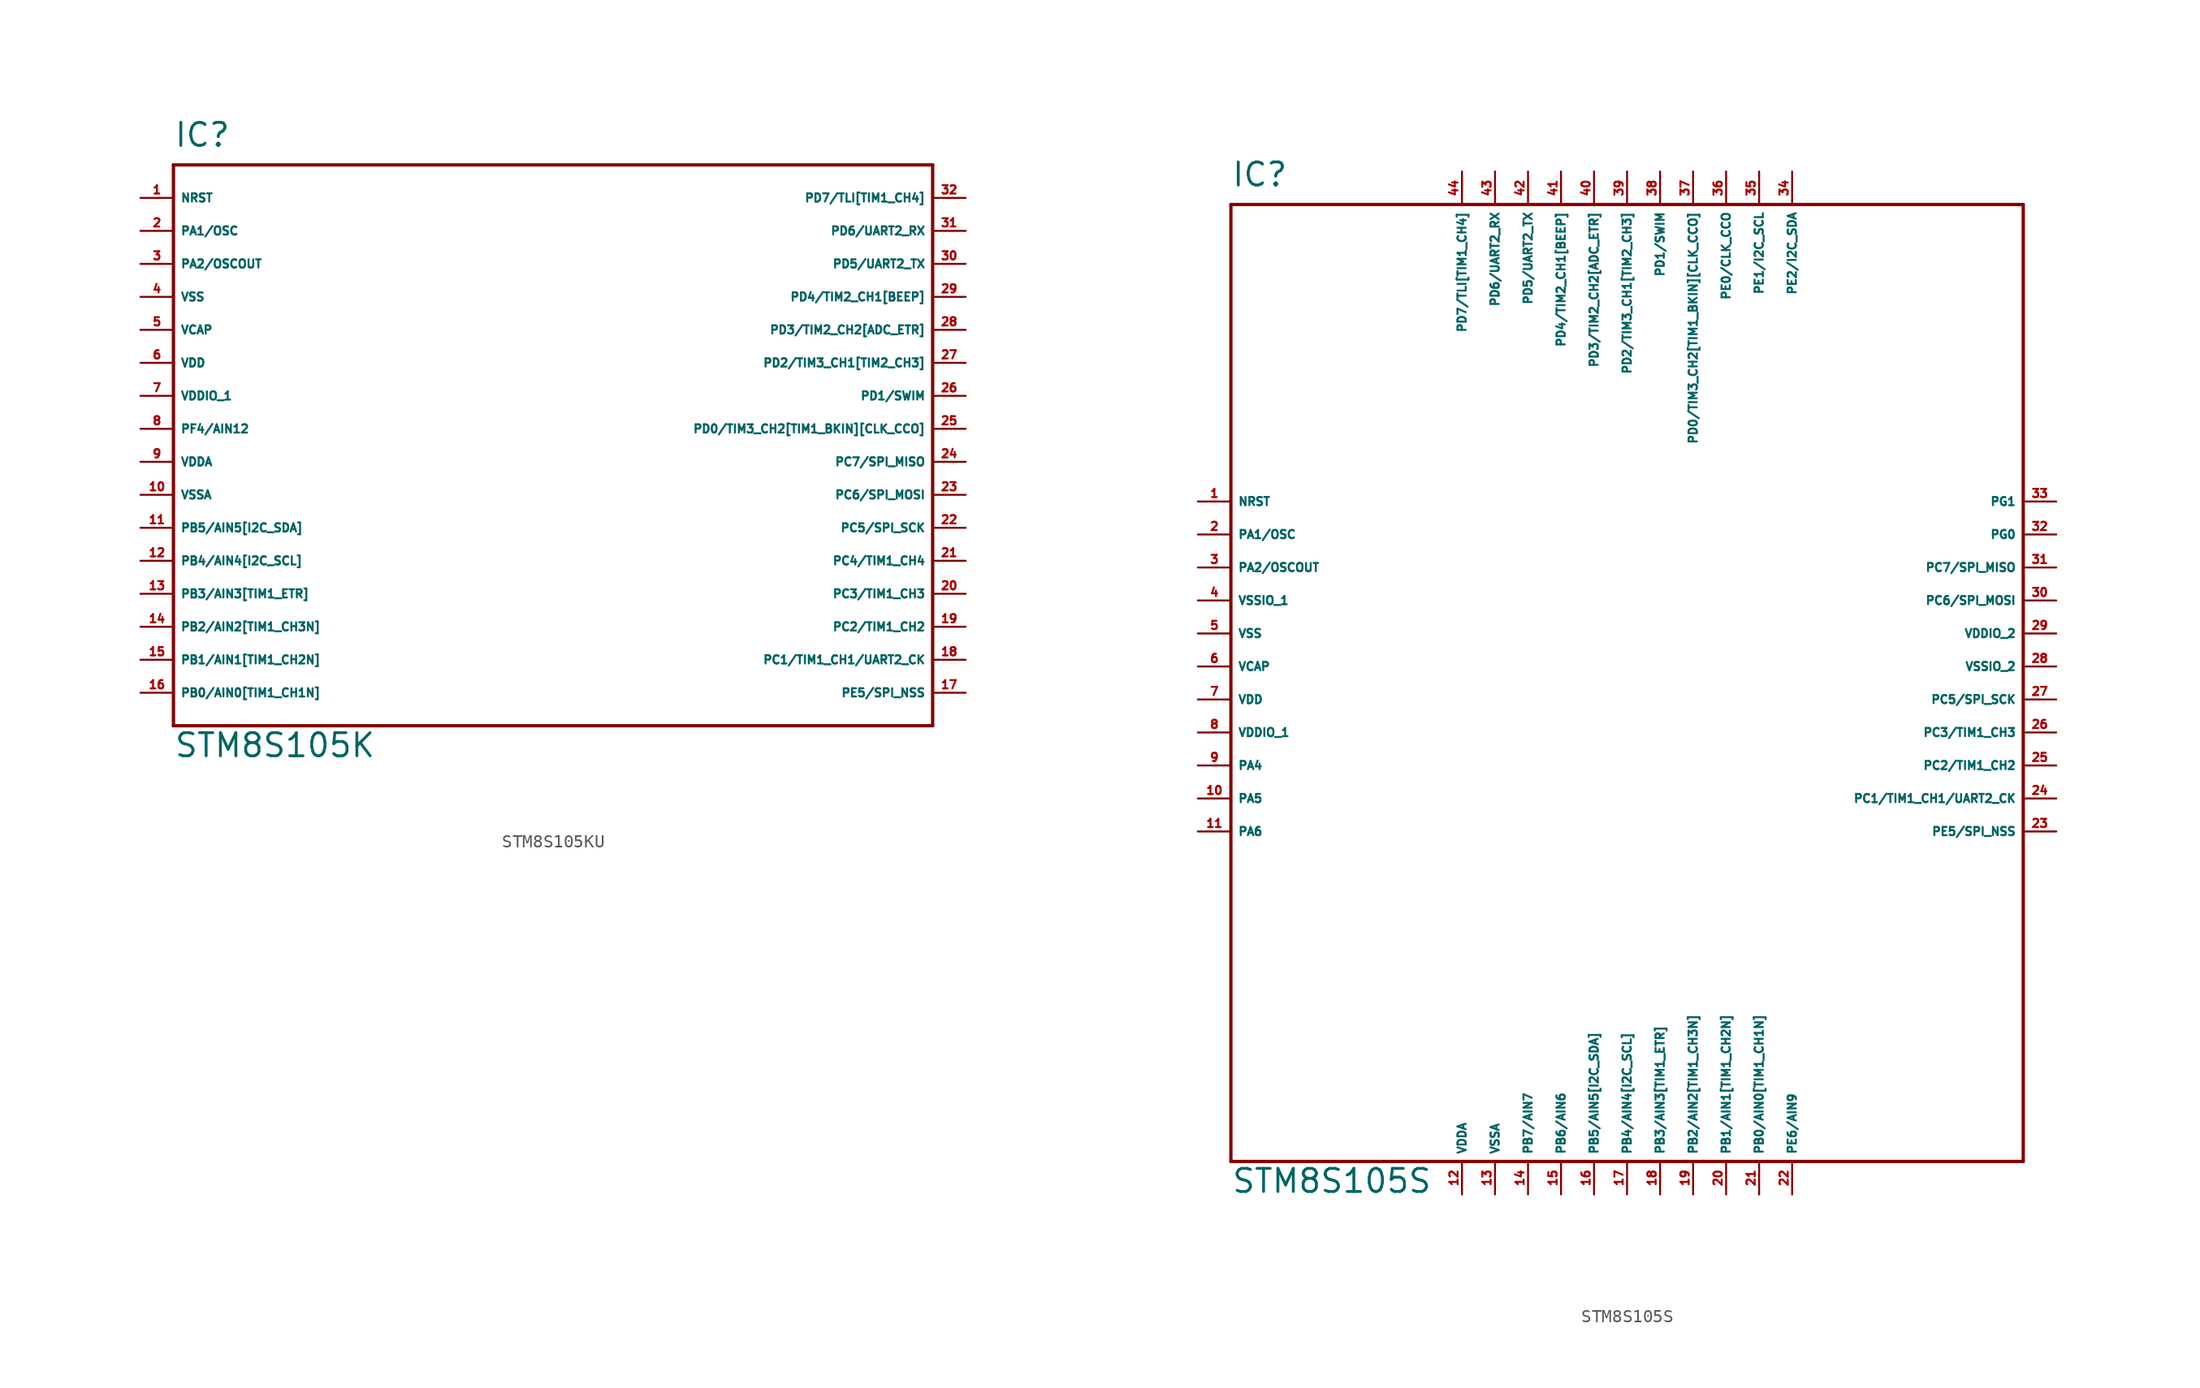
<source format=kicad_sym>
(kicad_symbol_lib
  (version 20220914)
  (generator Eagle2Kicad)
  (symbol "STM8S105KU"
    (property "Reference" "IC"
      (at -30.48 21.59 0)
      (effects (font (size 1.778 1.778) (thickness 0.22)) (justify left bottom)))
    (property "Value" "STM8S105K"
      (at -30.48 -25.4 0)
      (effects (font (size 1.778 1.778) (thickness 0.22)) (justify left bottom)))
    (polyline
      (pts (xy -30.48 -22.86) (xy 27.94 -22.86))
      (stroke (width 0.254) (type default))
      (fill (type none)))
    (polyline
      (pts (xy 27.94 -22.86) (xy 27.94 20.32))
      (stroke (width 0.254) (type default))
      (fill (type none)))
    (polyline
      (pts (xy 27.94 20.32) (xy -30.48 20.32))
      (stroke (width 0.254) (type default))
      (fill (type none)))
    (polyline
      (pts (xy -30.48 20.32) (xy -30.48 -22.86))
      (stroke (width 0.254) (type default))
      (fill (type none)))
    (pin bidirectional line
      (at -33.02 17.78 0)
      (length 2.54)
      (name "NRST" (effects (font (size 0.635 0.635) (thickness 0.08)) (justify left bottom)))
      (number "1" (effects (font (size 0.635 0.635) (thickness 0.08)) (justify left bottom))))
    (pin bidirectional line
      (at -33.02 15.24 0)
      (length 2.54)
      (name "PA1/OSC" (effects (font (size 0.635 0.635) (thickness 0.08)) (justify left bottom)))
      (number "2" (effects (font (size 0.635 0.635) (thickness 0.08)) (justify left bottom))))
    (pin bidirectional line
      (at -33.02 12.7 0)
      (length 2.54)
      (name "PA2/OSCOUT" (effects (font (size 0.635 0.635) (thickness 0.08)) (justify left bottom)))
      (number "3" (effects (font (size 0.635 0.635) (thickness 0.08)) (justify left bottom))))
    (pin unspecified line
      (at -33.02 10.16 0)
      (length 2.54)
      (name "VSS" (effects (font (size 0.635 0.635) (thickness 0.08)) (justify left bottom)))
      (number "4" (effects (font (size 0.635 0.635) (thickness 0.08)) (justify left bottom))))
    (pin unspecified line
      (at -33.02 7.62 0)
      (length 2.54)
      (name "VCAP" (effects (font (size 0.635 0.635) (thickness 0.08)) (justify left bottom)))
      (number "5" (effects (font (size 0.635 0.635) (thickness 0.08)) (justify left bottom))))
    (pin unspecified line
      (at -33.02 5.08 0)
      (length 2.54)
      (name "VDD" (effects (font (size 0.635 0.635) (thickness 0.08)) (justify left bottom)))
      (number "6" (effects (font (size 0.635 0.635) (thickness 0.08)) (justify left bottom))))
    (pin unspecified line
      (at -33.02 2.54 0)
      (length 2.54)
      (name "VDDIO_1" (effects (font (size 0.635 0.635) (thickness 0.08)) (justify left bottom)))
      (number "7" (effects (font (size 0.635 0.635) (thickness 0.08)) (justify left bottom))))
    (pin bidirectional line
      (at -33.02 0 0)
      (length 2.54)
      (name "PF4/AIN12" (effects (font (size 0.635 0.635) (thickness 0.08)) (justify left bottom)))
      (number "8" (effects (font (size 0.635 0.635) (thickness 0.08)) (justify left bottom))))
    (pin unspecified line
      (at -33.02 -2.54 0)
      (length 2.54)
      (name "VDDA" (effects (font (size 0.635 0.635) (thickness 0.08)) (justify left bottom)))
      (number "9" (effects (font (size 0.635 0.635) (thickness 0.08)) (justify left bottom))))
    (pin unspecified line
      (at -33.02 -5.08 0)
      (length 2.54)
      (name "VSSA" (effects (font (size 0.635 0.635) (thickness 0.08)) (justify left bottom)))
      (number "10" (effects (font (size 0.635 0.635) (thickness 0.08)) (justify left bottom))))
    (pin bidirectional line
      (at -33.02 -7.62 0)
      (length 2.54)
      (name "PB5/AIN5[I2C_SDA]" (effects (font (size 0.635 0.635) (thickness 0.08)) (justify left bottom)))
      (number "11" (effects (font (size 0.635 0.635) (thickness 0.08)) (justify left bottom))))
    (pin bidirectional line
      (at -33.02 -10.16 0)
      (length 2.54)
      (name "PB4/AIN4[I2C_SCL]" (effects (font (size 0.635 0.635) (thickness 0.08)) (justify left bottom)))
      (number "12" (effects (font (size 0.635 0.635) (thickness 0.08)) (justify left bottom))))
    (pin bidirectional line
      (at -33.02 -12.7 0)
      (length 2.54)
      (name "PB3/AIN3[TIM1_ETR]" (effects (font (size 0.635 0.635) (thickness 0.08)) (justify left bottom)))
      (number "13" (effects (font (size 0.635 0.635) (thickness 0.08)) (justify left bottom))))
    (pin bidirectional line
      (at -33.02 -15.24 0)
      (length 2.54)
      (name "PB2/AIN2[TIM1_CH3N]" (effects (font (size 0.635 0.635) (thickness 0.08)) (justify left bottom)))
      (number "14" (effects (font (size 0.635 0.635) (thickness 0.08)) (justify left bottom))))
    (pin bidirectional line
      (at -33.02 -17.78 0)
      (length 2.54)
      (name "PB1/AIN1[TIM1_CH2N]" (effects (font (size 0.635 0.635) (thickness 0.08)) (justify left bottom)))
      (number "15" (effects (font (size 0.635 0.635) (thickness 0.08)) (justify left bottom))))
    (pin bidirectional line
      (at -33.02 -20.32 0)
      (length 2.54)
      (name "PB0/AIN0[TIM1_CH1N]" (effects (font (size 0.635 0.635) (thickness 0.08)) (justify left bottom)))
      (number "16" (effects (font (size 0.635 0.635) (thickness 0.08)) (justify left bottom))))
    (pin bidirectional line
      (at 30.48 -20.32 180)
      (length 2.54)
      (name "PE5/SPI_NSS" (effects (font (size 0.635 0.635) (thickness 0.08)) (justify left bottom)))
      (number "17" (effects (font (size 0.635 0.635) (thickness 0.08)) (justify left bottom))))
    (pin bidirectional line
      (at 30.48 -17.78 180)
      (length 2.54)
      (name "PC1/TIM1_CH1/UART2_CK" (effects (font (size 0.635 0.635) (thickness 0.08)) (justify left bottom)))
      (number "18" (effects (font (size 0.635 0.635) (thickness 0.08)) (justify left bottom))))
    (pin bidirectional line
      (at 30.48 -15.24 180)
      (length 2.54)
      (name "PC2/TIM1_CH2" (effects (font (size 0.635 0.635) (thickness 0.08)) (justify left bottom)))
      (number "19" (effects (font (size 0.635 0.635) (thickness 0.08)) (justify left bottom))))
    (pin bidirectional line
      (at 30.48 -12.7 180)
      (length 2.54)
      (name "PC3/TIM1_CH3" (effects (font (size 0.635 0.635) (thickness 0.08)) (justify left bottom)))
      (number "20" (effects (font (size 0.635 0.635) (thickness 0.08)) (justify left bottom))))
    (pin bidirectional line
      (at 30.48 -10.16 180)
      (length 2.54)
      (name "PC4/TIM1_CH4" (effects (font (size 0.635 0.635) (thickness 0.08)) (justify left bottom)))
      (number "21" (effects (font (size 0.635 0.635) (thickness 0.08)) (justify left bottom))))
    (pin bidirectional line
      (at 30.48 -7.62 180)
      (length 2.54)
      (name "PC5/SPI_SCK" (effects (font (size 0.635 0.635) (thickness 0.08)) (justify left bottom)))
      (number "22" (effects (font (size 0.635 0.635) (thickness 0.08)) (justify left bottom))))
    (pin bidirectional line
      (at 30.48 -5.08 180)
      (length 2.54)
      (name "PC6/SPI_MOSI" (effects (font (size 0.635 0.635) (thickness 0.08)) (justify left bottom)))
      (number "23" (effects (font (size 0.635 0.635) (thickness 0.08)) (justify left bottom))))
    (pin bidirectional line
      (at 30.48 -2.54 180)
      (length 2.54)
      (name "PC7/SPI_MISO" (effects (font (size 0.635 0.635) (thickness 0.08)) (justify left bottom)))
      (number "24" (effects (font (size 0.635 0.635) (thickness 0.08)) (justify left bottom))))
    (pin bidirectional line
      (at 30.48 0 180)
      (length 2.54)
      (name "PD0/TIM3_CH2[TIM1_BKIN][CLK_CCO]" (effects (font (size 0.635 0.635) (thickness 0.08)) (justify left bottom)))
      (number "25" (effects (font (size 0.635 0.635) (thickness 0.08)) (justify left bottom))))
    (pin bidirectional line
      (at 30.48 2.54 180)
      (length 2.54)
      (name "PD1/SWIM" (effects (font (size 0.635 0.635) (thickness 0.08)) (justify left bottom)))
      (number "26" (effects (font (size 0.635 0.635) (thickness 0.08)) (justify left bottom))))
    (pin bidirectional line
      (at 30.48 5.08 180)
      (length 2.54)
      (name "PD2/TIM3_CH1[TIM2_CH3]" (effects (font (size 0.635 0.635) (thickness 0.08)) (justify left bottom)))
      (number "27" (effects (font (size 0.635 0.635) (thickness 0.08)) (justify left bottom))))
    (pin bidirectional line
      (at 30.48 7.62 180)
      (length 2.54)
      (name "PD3/TIM2_CH2[ADC_ETR]" (effects (font (size 0.635 0.635) (thickness 0.08)) (justify left bottom)))
      (number "28" (effects (font (size 0.635 0.635) (thickness 0.08)) (justify left bottom))))
    (pin bidirectional line
      (at 30.48 10.16 180)
      (length 2.54)
      (name "PD4/TIM2_CH1[BEEP]" (effects (font (size 0.635 0.635) (thickness 0.08)) (justify left bottom)))
      (number "29" (effects (font (size 0.635 0.635) (thickness 0.08)) (justify left bottom))))
    (pin bidirectional line
      (at 30.48 12.7 180)
      (length 2.54)
      (name "PD5/UART2_TX" (effects (font (size 0.635 0.635) (thickness 0.08)) (justify left bottom)))
      (number "30" (effects (font (size 0.635 0.635) (thickness 0.08)) (justify left bottom))))
    (pin bidirectional line
      (at 30.48 15.24 180)
      (length 2.54)
      (name "PD6/UART2_RX" (effects (font (size 0.635 0.635) (thickness 0.08)) (justify left bottom)))
      (number "31" (effects (font (size 0.635 0.635) (thickness 0.08)) (justify left bottom))))
    (pin bidirectional line
      (at 30.48 17.78 180)
      (length 2.54)
      (name "PD7/TLI[TIM1_CH4]" (effects (font (size 0.635 0.635) (thickness 0.08)) (justify left bottom)))
      (number "32" (effects (font (size 0.635 0.635) (thickness 0.08)) (justify left bottom)))))
  (symbol "STM8S105S"
    (property "Reference" "IC"
      (at -30.48 36.83 0)
      (effects (font (size 1.778 1.778) (thickness 0.22)) (justify left bottom)))
    (property "Value" "STM8S105S"
      (at -30.48 -40.64 0)
      (effects (font (size 1.778 1.778) (thickness 0.22)) (justify left bottom)))
    (polyline
      (pts (xy -30.48 -38.1) (xy 30.48 -38.1))
      (stroke (width 0.254) (type default))
      (fill (type none)))
    (polyline
      (pts (xy 30.48 -38.1) (xy 30.48 35.56))
      (stroke (width 0.254) (type default))
      (fill (type none)))
    (polyline
      (pts (xy 30.48 35.56) (xy -30.48 35.56))
      (stroke (width 0.254) (type default))
      (fill (type none)))
    (polyline
      (pts (xy -30.48 35.56) (xy -30.48 -38.1))
      (stroke (width 0.254) (type default))
      (fill (type none)))
    (pin bidirectional line
      (at -33.02 12.7 0)
      (length 2.54)
      (name "NRST" (effects (font (size 0.635 0.635) (thickness 0.08)) (justify left bottom)))
      (number "1" (effects (font (size 0.635 0.635) (thickness 0.08)) (justify left bottom))))
    (pin bidirectional line
      (at -33.02 10.16 0)
      (length 2.54)
      (name "PA1/OSC" (effects (font (size 0.635 0.635) (thickness 0.08)) (justify left bottom)))
      (number "2" (effects (font (size 0.635 0.635) (thickness 0.08)) (justify left bottom))))
    (pin bidirectional line
      (at -33.02 7.62 0)
      (length 2.54)
      (name "PA2/OSCOUT" (effects (font (size 0.635 0.635) (thickness 0.08)) (justify left bottom)))
      (number "3" (effects (font (size 0.635 0.635) (thickness 0.08)) (justify left bottom))))
    (pin unspecified line
      (at -33.02 5.08 0)
      (length 2.54)
      (name "VSSIO_1" (effects (font (size 0.635 0.635) (thickness 0.08)) (justify left bottom)))
      (number "4" (effects (font (size 0.635 0.635) (thickness 0.08)) (justify left bottom))))
    (pin unspecified line
      (at -33.02 2.54 0)
      (length 2.54)
      (name "VSS" (effects (font (size 0.635 0.635) (thickness 0.08)) (justify left bottom)))
      (number "5" (effects (font (size 0.635 0.635) (thickness 0.08)) (justify left bottom))))
    (pin unspecified line
      (at -33.02 0 0)
      (length 2.54)
      (name "VCAP" (effects (font (size 0.635 0.635) (thickness 0.08)) (justify left bottom)))
      (number "6" (effects (font (size 0.635 0.635) (thickness 0.08)) (justify left bottom))))
    (pin unspecified line
      (at -33.02 -2.54 0)
      (length 2.54)
      (name "VDD" (effects (font (size 0.635 0.635) (thickness 0.08)) (justify left bottom)))
      (number "7" (effects (font (size 0.635 0.635) (thickness 0.08)) (justify left bottom))))
    (pin unspecified line
      (at -33.02 -5.08 0)
      (length 2.54)
      (name "VDDIO_1" (effects (font (size 0.635 0.635) (thickness 0.08)) (justify left bottom)))
      (number "8" (effects (font (size 0.635 0.635) (thickness 0.08)) (justify left bottom))))
    (pin bidirectional line
      (at -33.02 -7.62 0)
      (length 2.54)
      (name "PA4" (effects (font (size 0.635 0.635) (thickness 0.08)) (justify left bottom)))
      (number "9" (effects (font (size 0.635 0.635) (thickness 0.08)) (justify left bottom))))
    (pin bidirectional line
      (at -33.02 -10.16 0)
      (length 2.54)
      (name "PA5" (effects (font (size 0.635 0.635) (thickness 0.08)) (justify left bottom)))
      (number "10" (effects (font (size 0.635 0.635) (thickness 0.08)) (justify left bottom))))
    (pin bidirectional line
      (at -33.02 -12.7 0)
      (length 2.54)
      (name "PA6" (effects (font (size 0.635 0.635) (thickness 0.08)) (justify left bottom)))
      (number "11" (effects (font (size 0.635 0.635) (thickness 0.08)) (justify left bottom))))
    (pin unspecified line
      (at -12.7 -40.64 90)
      (length 2.54)
      (name "VDDA" (effects (font (size 0.635 0.635) (thickness 0.08)) (justify left bottom)))
      (number "12" (effects (font (size 0.635 0.635) (thickness 0.08)) (justify left bottom))))
    (pin unspecified line
      (at -10.16 -40.64 90)
      (length 2.54)
      (name "VSSA" (effects (font (size 0.635 0.635) (thickness 0.08)) (justify left bottom)))
      (number "13" (effects (font (size 0.635 0.635) (thickness 0.08)) (justify left bottom))))
    (pin bidirectional line
      (at -7.62 -40.64 90)
      (length 2.54)
      (name "PB7/AIN7" (effects (font (size 0.635 0.635) (thickness 0.08)) (justify left bottom)))
      (number "14" (effects (font (size 0.635 0.635) (thickness 0.08)) (justify left bottom))))
    (pin bidirectional line
      (at -5.08 -40.64 90)
      (length 2.54)
      (name "PB6/AIN6" (effects (font (size 0.635 0.635) (thickness 0.08)) (justify left bottom)))
      (number "15" (effects (font (size 0.635 0.635) (thickness 0.08)) (justify left bottom))))
    (pin bidirectional line
      (at -2.54 -40.64 90)
      (length 2.54)
      (name "PB5/AIN5[I2C_SDA]" (effects (font (size 0.635 0.635) (thickness 0.08)) (justify left bottom)))
      (number "16" (effects (font (size 0.635 0.635) (thickness 0.08)) (justify left bottom))))
    (pin bidirectional line
      (at 0 -40.64 90)
      (length 2.54)
      (name "PB4/AIN4[I2C_SCL]" (effects (font (size 0.635 0.635) (thickness 0.08)) (justify left bottom)))
      (number "17" (effects (font (size 0.635 0.635) (thickness 0.08)) (justify left bottom))))
    (pin bidirectional line
      (at 2.54 -40.64 90)
      (length 2.54)
      (name "PB3/AIN3[TIM1_ETR]" (effects (font (size 0.635 0.635) (thickness 0.08)) (justify left bottom)))
      (number "18" (effects (font (size 0.635 0.635) (thickness 0.08)) (justify left bottom))))
    (pin bidirectional line
      (at 5.08 -40.64 90)
      (length 2.54)
      (name "PB2/AIN2[TIM1_CH3N]" (effects (font (size 0.635 0.635) (thickness 0.08)) (justify left bottom)))
      (number "19" (effects (font (size 0.635 0.635) (thickness 0.08)) (justify left bottom))))
    (pin bidirectional line
      (at 7.62 -40.64 90)
      (length 2.54)
      (name "PB1/AIN1[TIM1_CH2N]" (effects (font (size 0.635 0.635) (thickness 0.08)) (justify left bottom)))
      (number "20" (effects (font (size 0.635 0.635) (thickness 0.08)) (justify left bottom))))
    (pin bidirectional line
      (at 10.16 -40.64 90)
      (length 2.54)
      (name "PB0/AIN0[TIM1_CH1N]" (effects (font (size 0.635 0.635) (thickness 0.08)) (justify left bottom)))
      (number "21" (effects (font (size 0.635 0.635) (thickness 0.08)) (justify left bottom))))
    (pin bidirectional line
      (at 12.7 -40.64 90)
      (length 2.54)
      (name "PE6/AIN9" (effects (font (size 0.635 0.635) (thickness 0.08)) (justify left bottom)))
      (number "22" (effects (font (size 0.635 0.635) (thickness 0.08)) (justify left bottom))))
    (pin bidirectional line
      (at 33.02 -12.7 180)
      (length 2.54)
      (name "PE5/SPI_NSS" (effects (font (size 0.635 0.635) (thickness 0.08)) (justify left bottom)))
      (number "23" (effects (font (size 0.635 0.635) (thickness 0.08)) (justify left bottom))))
    (pin bidirectional line
      (at 33.02 -10.16 180)
      (length 2.54)
      (name "PC1/TIM1_CH1/UART2_CK" (effects (font (size 0.635 0.635) (thickness 0.08)) (justify left bottom)))
      (number "24" (effects (font (size 0.635 0.635) (thickness 0.08)) (justify left bottom))))
    (pin bidirectional line
      (at 33.02 -7.62 180)
      (length 2.54)
      (name "PC2/TIM1_CH2" (effects (font (size 0.635 0.635) (thickness 0.08)) (justify left bottom)))
      (number "25" (effects (font (size 0.635 0.635) (thickness 0.08)) (justify left bottom))))
    (pin bidirectional line
      (at 33.02 -5.08 180)
      (length 2.54)
      (name "PC3/TIM1_CH3" (effects (font (size 0.635 0.635) (thickness 0.08)) (justify left bottom)))
      (number "26" (effects (font (size 0.635 0.635) (thickness 0.08)) (justify left bottom))))
    (pin bidirectional line
      (at 33.02 -2.54 180)
      (length 2.54)
      (name "PC5/SPI_SCK" (effects (font (size 0.635 0.635) (thickness 0.08)) (justify left bottom)))
      (number "27" (effects (font (size 0.635 0.635) (thickness 0.08)) (justify left bottom))))
    (pin unspecified line
      (at 33.02 0 180)
      (length 2.54)
      (name "VSSIO_2" (effects (font (size 0.635 0.635) (thickness 0.08)) (justify left bottom)))
      (number "28" (effects (font (size 0.635 0.635) (thickness 0.08)) (justify left bottom))))
    (pin unspecified line
      (at 33.02 2.54 180)
      (length 2.54)
      (name "VDDIO_2" (effects (font (size 0.635 0.635) (thickness 0.08)) (justify left bottom)))
      (number "29" (effects (font (size 0.635 0.635) (thickness 0.08)) (justify left bottom))))
    (pin bidirectional line
      (at 33.02 5.08 180)
      (length 2.54)
      (name "PC6/SPI_MOSI" (effects (font (size 0.635 0.635) (thickness 0.08)) (justify left bottom)))
      (number "30" (effects (font (size 0.635 0.635) (thickness 0.08)) (justify left bottom))))
    (pin bidirectional line
      (at 33.02 7.62 180)
      (length 2.54)
      (name "PC7/SPI_MISO" (effects (font (size 0.635 0.635) (thickness 0.08)) (justify left bottom)))
      (number "31" (effects (font (size 0.635 0.635) (thickness 0.08)) (justify left bottom))))
    (pin bidirectional line
      (at 33.02 10.16 180)
      (length 2.54)
      (name "PG0" (effects (font (size 0.635 0.635) (thickness 0.08)) (justify left bottom)))
      (number "32" (effects (font (size 0.635 0.635) (thickness 0.08)) (justify left bottom))))
    (pin bidirectional line
      (at 33.02 12.7 180)
      (length 2.54)
      (name "PG1" (effects (font (size 0.635 0.635) (thickness 0.08)) (justify left bottom)))
      (number "33" (effects (font (size 0.635 0.635) (thickness 0.08)) (justify left bottom))))
    (pin bidirectional line
      (at 12.7 38.1 270)
      (length 2.54)
      (name "PE2/I2C_SDA" (effects (font (size 0.635 0.635) (thickness 0.08)) (justify left bottom)))
      (number "34" (effects (font (size 0.635 0.635) (thickness 0.08)) (justify left bottom))))
    (pin bidirectional line
      (at 10.16 38.1 270)
      (length 2.54)
      (name "PE1/I2C_SCL" (effects (font (size 0.635 0.635) (thickness 0.08)) (justify left bottom)))
      (number "35" (effects (font (size 0.635 0.635) (thickness 0.08)) (justify left bottom))))
    (pin bidirectional line
      (at 7.62 38.1 270)
      (length 2.54)
      (name "PE0/CLK_CCO" (effects (font (size 0.635 0.635) (thickness 0.08)) (justify left bottom)))
      (number "36" (effects (font (size 0.635 0.635) (thickness 0.08)) (justify left bottom))))
    (pin bidirectional line
      (at 5.08 38.1 270)
      (length 2.54)
      (name "PD0/TIM3_CH2[TIM1_BKIN][CLK_CCO]" (effects (font (size 0.635 0.635) (thickness 0.08)) (justify left bottom)))
      (number "37" (effects (font (size 0.635 0.635) (thickness 0.08)) (justify left bottom))))
    (pin bidirectional line
      (at 2.54 38.1 270)
      (length 2.54)
      (name "PD1/SWIM" (effects (font (size 0.635 0.635) (thickness 0.08)) (justify left bottom)))
      (number "38" (effects (font (size 0.635 0.635) (thickness 0.08)) (justify left bottom))))
    (pin bidirectional line
      (at 0 38.1 270)
      (length 2.54)
      (name "PD2/TIM3_CH1[TIM2_CH3]" (effects (font (size 0.635 0.635) (thickness 0.08)) (justify left bottom)))
      (number "39" (effects (font (size 0.635 0.635) (thickness 0.08)) (justify left bottom))))
    (pin bidirectional line
      (at -2.54 38.1 270)
      (length 2.54)
      (name "PD3/TIM2_CH2[ADC_ETR]" (effects (font (size 0.635 0.635) (thickness 0.08)) (justify left bottom)))
      (number "40" (effects (font (size 0.635 0.635) (thickness 0.08)) (justify left bottom))))
    (pin bidirectional line
      (at -5.08 38.1 270)
      (length 2.54)
      (name "PD4/TIM2_CH1[BEEP]" (effects (font (size 0.635 0.635) (thickness 0.08)) (justify left bottom)))
      (number "41" (effects (font (size 0.635 0.635) (thickness 0.08)) (justify left bottom))))
    (pin bidirectional line
      (at -7.62 38.1 270)
      (length 2.54)
      (name "PD5/UART2_TX" (effects (font (size 0.635 0.635) (thickness 0.08)) (justify left bottom)))
      (number "42" (effects (font (size 0.635 0.635) (thickness 0.08)) (justify left bottom))))
    (pin bidirectional line
      (at -10.16 38.1 270)
      (length 2.54)
      (name "PD6/UART2_RX" (effects (font (size 0.635 0.635) (thickness 0.08)) (justify left bottom)))
      (number "43" (effects (font (size 0.635 0.635) (thickness 0.08)) (justify left bottom))))
    (pin bidirectional line
      (at -12.7 38.1 270)
      (length 2.54)
      (name "PD7/TLI[TIM1_CH4]" (effects (font (size 0.635 0.635) (thickness 0.08)) (justify left bottom)))
      (number "44" (effects (font (size 0.635 0.635) (thickness 0.08)) (justify left bottom))))))
</source>
